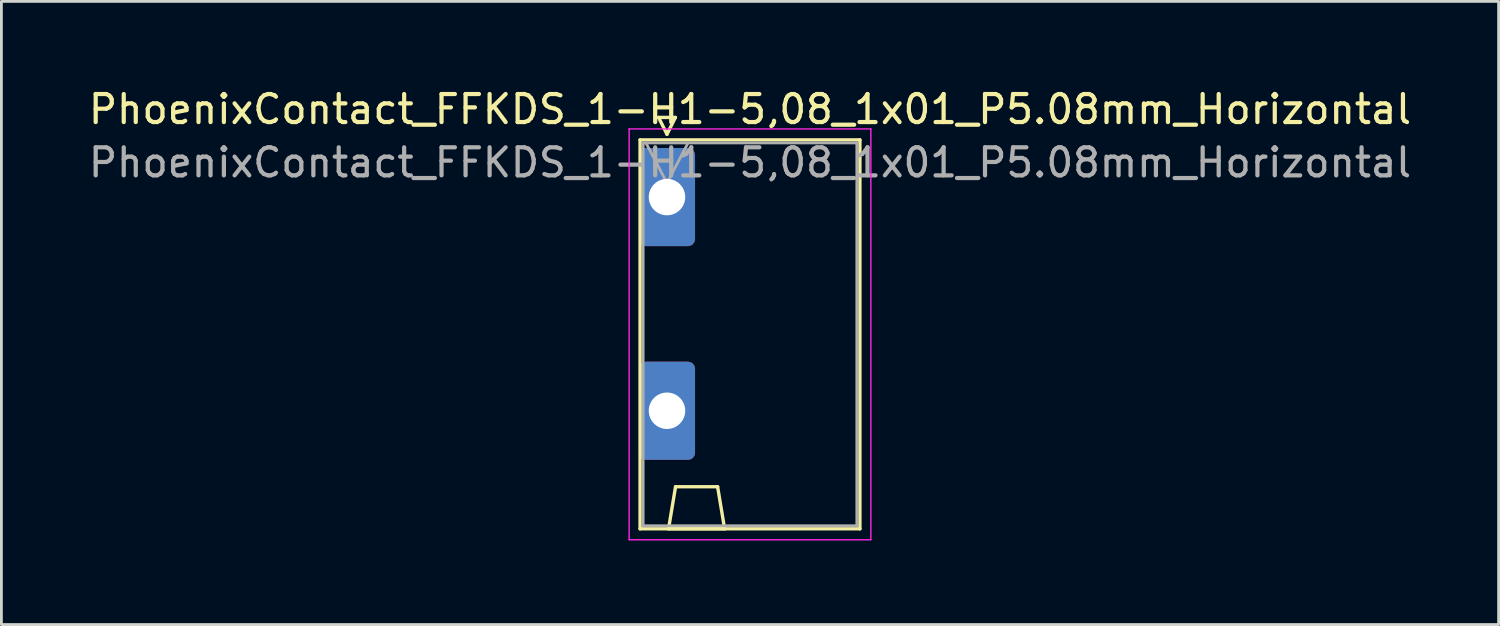
<source format=kicad_pcb>
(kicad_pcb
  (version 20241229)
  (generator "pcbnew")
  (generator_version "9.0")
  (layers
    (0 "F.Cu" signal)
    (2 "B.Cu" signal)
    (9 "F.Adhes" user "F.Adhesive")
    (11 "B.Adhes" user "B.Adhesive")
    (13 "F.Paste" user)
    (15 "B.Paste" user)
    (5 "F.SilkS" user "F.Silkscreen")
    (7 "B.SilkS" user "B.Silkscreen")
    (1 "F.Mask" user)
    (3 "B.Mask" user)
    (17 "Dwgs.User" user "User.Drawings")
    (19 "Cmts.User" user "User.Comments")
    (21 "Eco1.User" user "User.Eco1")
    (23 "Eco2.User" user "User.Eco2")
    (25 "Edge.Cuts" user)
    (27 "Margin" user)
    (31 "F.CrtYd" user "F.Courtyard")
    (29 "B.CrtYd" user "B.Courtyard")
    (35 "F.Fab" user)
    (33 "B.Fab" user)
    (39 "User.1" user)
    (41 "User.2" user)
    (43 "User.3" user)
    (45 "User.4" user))
  (footprint "PhoenixContact_FFKDS_1-H1-5,08_1x01_P5.08mm_Horizontal"
    (layer "F.Cu")
    (at 20.736 3.978)
    (property "Reference" "PhoenixContact_FFKDS_1-H1-5,08_1x01_P5.08mm_Horizontal" (at 2.96 -3.13 0) (layer "F.SilkS") (effects (font (size 1 1) (thickness 0.15))))
    (attr through_hole)
    (fp_line (start -0.96 -2.04) (end -0.96 11.83) (stroke (width 0.12) (type solid)) (layer "F.SilkS"))
    (fp_line (start -0.96 11.83) (end 6.88 11.83) (stroke (width 0.12) (type solid)) (layer "F.SilkS"))
    (fp_line (start -0.3 -2.84) (end 0.3 -2.84) (stroke (width 0.12) (type solid)) (layer "F.SilkS"))
    (fp_line (start 0 -2.24) (end -0.3 -2.84) (stroke (width 0.12) (type solid)) (layer "F.SilkS"))
    (fp_line (start 0.055 11.83) (end 2.055 11.83) (stroke (width 0.12) (type solid)) (layer "F.SilkS"))
    (fp_line (start 0.3 -2.84) (end 0 -2.24) (stroke (width 0.12) (type solid)) (layer "F.SilkS"))
    (fp_line (start 0.305 10.33) (end 0.055 11.83) (stroke (width 0.12) (type solid)) (layer "F.SilkS"))
    (fp_line (start 1.805 10.33) (end 0.305 10.33) (stroke (width 0.12) (type solid)) (layer "F.SilkS"))
    (fp_line (start 2.055 11.83) (end 1.805 10.33) (stroke (width 0.12) (type solid)) (layer "F.SilkS"))
    (fp_line (start 6.88 -2.04) (end -0.96 -2.04) (stroke (width 0.12) (type solid)) (layer "F.SilkS"))
    (fp_line (start 6.88 11.83) (end 6.88 -2.04) (stroke (width 0.12) (type solid)) (layer "F.SilkS"))
    (fp_line (start -1.35 -2.43) (end -1.35 12.22) (stroke (width 0.05) (type solid)) (layer "F.CrtYd"))
    (fp_line (start -1.35 12.22) (end 7.27 12.22) (stroke (width 0.05) (type solid)) (layer "F.CrtYd"))
    (fp_line (start 7.27 -2.43) (end -1.35 -2.43) (stroke (width 0.05) (type solid)) (layer "F.CrtYd"))
    (fp_line (start 7.27 12.22) (end 7.27 -2.43) (stroke (width 0.05) (type solid)) (layer "F.CrtYd"))
    (fp_line (start -0.85 -1.93) (end -0.85 11.72) (stroke (width 0.1) (type solid)) (layer "F.Fab"))
    (fp_line (start -0.85 11.72) (end 6.77 11.72) (stroke (width 0.1) (type solid)) (layer "F.Fab"))
    (fp_line (start 0 -0.5) (end -0.75 -1.93) (stroke (width 0.1) (type solid)) (layer "F.Fab"))
    (fp_line (start 0.75 -1.93) (end 0 -0.5) (stroke (width 0.1) (type solid)) (layer "F.Fab"))
    (fp_line (start 6.77 -1.93) (end -0.85 -1.93) (stroke (width 0.1) (type solid)) (layer "F.Fab"))
    (fp_line (start 6.77 11.72) (end 6.77 -1.93) (stroke (width 0.1) (type solid)) (layer "F.Fab"))
    (fp_text user "${REFERENCE}" (at 2.96 -1.23 0) (layer "F.Fab") (effects (font (size 1 1) (thickness 0.15))))
    (pad "1" thru_hole roundrect (at 0 0) (size 2 3.5) (drill 1.3) (layers "*.Cu" "*.Mask") (roundrect_rratio 0.125))
    (pad "1" thru_hole roundrect (at 0 7.62) (size 2 3.5) (drill 1.3) (layers "*.Cu" "*.Mask") (roundrect_rratio 0.125)))
  (gr_rect
    (start -3 -3)
    (end 50.393 19.223)
    (stroke (width 0.1) (type default))
    (fill no)
    (layer "Edge.Cuts")))
</source>
